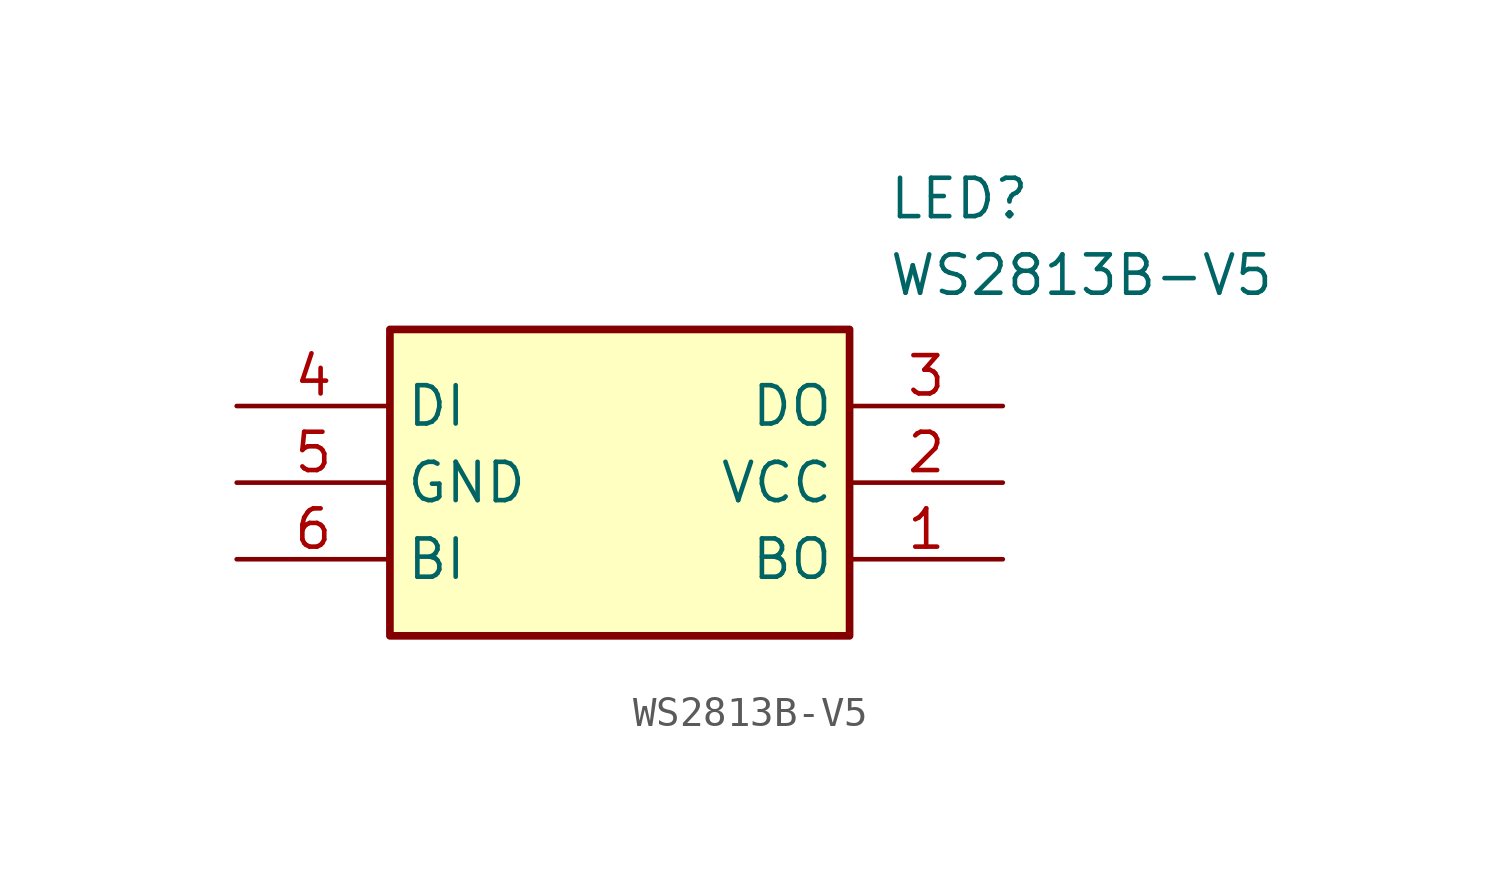
<source format=kicad_sym>
(kicad_symbol_lib
  (version 20211014)
  (generator SamacSys_ECAD_Model)
  (symbol "WS2813B-V5"
    (property "Reference" "LED"
      (at 21.59 7.62 0)
      (effects (font (size 1.27 1.27)) (justify left top)))
    (property "Value" "WS2813B-V5"
      (at 21.59 5.08 0)
      (effects (font (size 1.27 1.27)) (justify left top)))
    (rectangle
      (start 5.08 2.54)
      (end 20.32 -7.62)
      (stroke (width 0.254) (type default))
      (fill (type background)))
    (pin passive line
      (at 25.4 -5.08 180)
      (length 5.08)
      (name "BO" (effects (font (size 1.27 1.27))))
      (number "1" (effects (font (size 1.27 1.27)))))
    (pin passive line
      (at 25.4 -2.54 180)
      (length 5.08)
      (name "VCC" (effects (font (size 1.27 1.27))))
      (number "2" (effects (font (size 1.27 1.27)))))
    (pin passive line
      (at 25.4 0 180)
      (length 5.08)
      (name "DO" (effects (font (size 1.27 1.27))))
      (number "3" (effects (font (size 1.27 1.27)))))
    (pin passive line
      (at 0 0 0)
      (length 5.08)
      (name "DI" (effects (font (size 1.27 1.27))))
      (number "4" (effects (font (size 1.27 1.27)))))
    (pin passive line
      (at 0 -2.54 0)
      (length 5.08)
      (name "GND" (effects (font (size 1.27 1.27))))
      (number "5" (effects (font (size 1.27 1.27)))))
    (pin passive line
      (at 0 -5.08 0)
      (length 5.08)
      (name "BI" (effects (font (size 1.27 1.27))))
      (number "6" (effects (font (size 1.27 1.27)))))))
</source>
